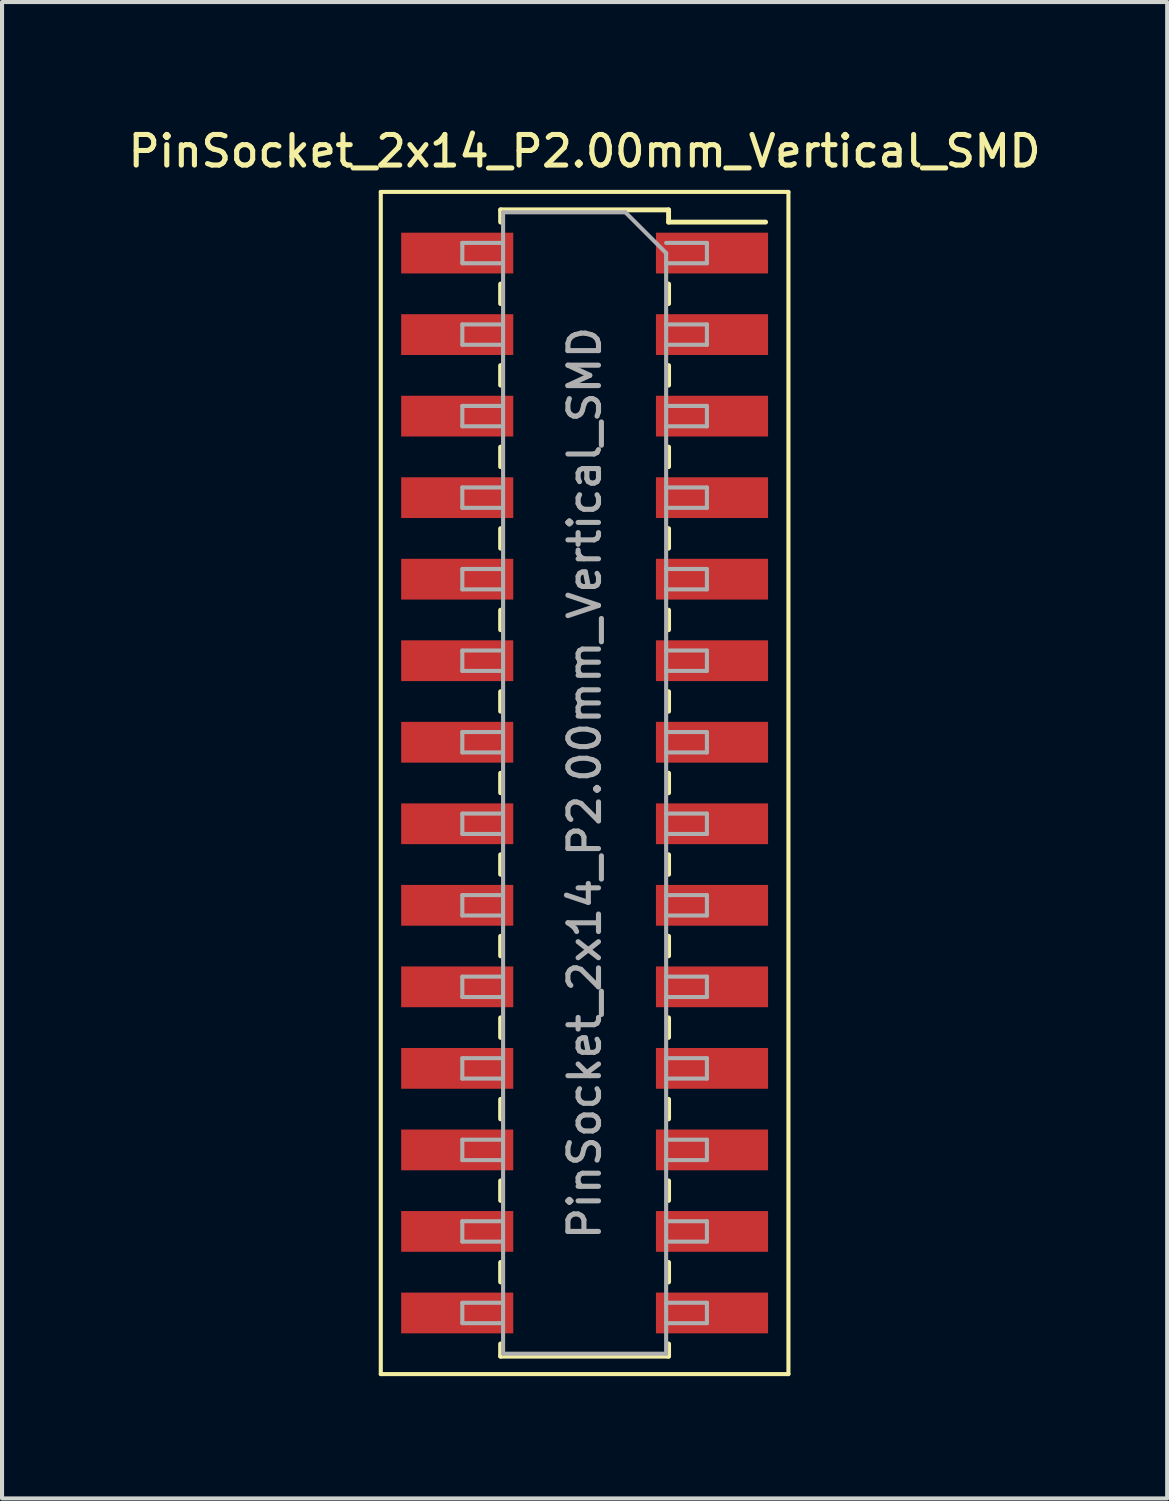
<source format=kicad_pcb>
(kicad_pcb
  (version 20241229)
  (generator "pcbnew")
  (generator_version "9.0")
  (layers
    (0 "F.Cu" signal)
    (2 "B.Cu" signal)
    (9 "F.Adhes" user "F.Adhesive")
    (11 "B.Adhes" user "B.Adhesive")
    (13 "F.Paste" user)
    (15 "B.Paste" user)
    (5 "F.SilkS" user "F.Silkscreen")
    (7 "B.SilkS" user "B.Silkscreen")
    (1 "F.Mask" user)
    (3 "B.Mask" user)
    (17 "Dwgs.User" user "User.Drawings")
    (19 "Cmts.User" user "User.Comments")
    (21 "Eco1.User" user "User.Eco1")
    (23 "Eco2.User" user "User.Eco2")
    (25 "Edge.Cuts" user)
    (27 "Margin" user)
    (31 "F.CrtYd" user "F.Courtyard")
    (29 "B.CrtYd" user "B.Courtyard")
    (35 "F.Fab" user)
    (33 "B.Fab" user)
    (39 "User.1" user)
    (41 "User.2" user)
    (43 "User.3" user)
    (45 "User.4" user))
  (footprint "PinSocket_2x14_P2.00mm_Vertical_SMD"
    (layer "F.Cu")
    (at 11.291 16.158)
    (property "Reference" "PinSocket_2x14_P2.00mm_Vertical_SMD" (at 0 -15.5 0) (layer "F.SilkS") (effects (font (size 0.75 0.75) (thickness 0.125))))
    (attr smd)
    (fp_line (start -5 -14.5) (end 5 -14.5) (stroke (width 0.1) (type solid)) (layer "F.SilkS"))
    (fp_line (start -5 14.5) (end -5 -14.5) (stroke (width 0.1) (type solid)) (layer "F.SilkS"))
    (fp_line (start -2.06 -14.06) (end -2.06 -13.76) (stroke (width 0.12) (type solid)) (layer "F.SilkS"))
    (fp_line (start -2.06 -14.06) (end 2.06 -14.06) (stroke (width 0.12) (type solid)) (layer "F.SilkS"))
    (fp_line (start -2.06 -12.24) (end -2.06 -11.76) (stroke (width 0.12) (type solid)) (layer "F.SilkS"))
    (fp_line (start -2.06 -10.24) (end -2.06 -9.76) (stroke (width 0.12) (type solid)) (layer "F.SilkS"))
    (fp_line (start -2.06 -8.24) (end -2.06 -7.76) (stroke (width 0.12) (type solid)) (layer "F.SilkS"))
    (fp_line (start -2.06 -6.24) (end -2.06 -5.76) (stroke (width 0.12) (type solid)) (layer "F.SilkS"))
    (fp_line (start -2.06 -4.24) (end -2.06 -3.76) (stroke (width 0.12) (type solid)) (layer "F.SilkS"))
    (fp_line (start -2.06 -2.24) (end -2.06 -1.76) (stroke (width 0.12) (type solid)) (layer "F.SilkS"))
    (fp_line (start -2.06 -0.24) (end -2.06 0.24) (stroke (width 0.12) (type solid)) (layer "F.SilkS"))
    (fp_line (start -2.06 1.76) (end -2.06 2.24) (stroke (width 0.12) (type solid)) (layer "F.SilkS"))
    (fp_line (start -2.06 3.76) (end -2.06 4.24) (stroke (width 0.12) (type solid)) (layer "F.SilkS"))
    (fp_line (start -2.06 5.76) (end -2.06 6.24) (stroke (width 0.12) (type solid)) (layer "F.SilkS"))
    (fp_line (start -2.06 7.76) (end -2.06 8.24) (stroke (width 0.12) (type solid)) (layer "F.SilkS"))
    (fp_line (start -2.06 9.76) (end -2.06 10.24) (stroke (width 0.12) (type solid)) (layer "F.SilkS"))
    (fp_line (start -2.06 11.76) (end -2.06 12.24) (stroke (width 0.12) (type solid)) (layer "F.SilkS"))
    (fp_line (start -2.06 13.76) (end -2.06 14.06) (stroke (width 0.12) (type solid)) (layer "F.SilkS"))
    (fp_line (start -2.06 14.06) (end 2.06 14.06) (stroke (width 0.12) (type solid)) (layer "F.SilkS"))
    (fp_line (start 2.06 -14.06) (end 2.06 -13.76) (stroke (width 0.12) (type solid)) (layer "F.SilkS"))
    (fp_line (start 2.06 -13.76) (end 4.44 -13.76) (stroke (width 0.12) (type solid)) (layer "F.SilkS"))
    (fp_line (start 2.06 -12.24) (end 2.06 -11.76) (stroke (width 0.12) (type solid)) (layer "F.SilkS"))
    (fp_line (start 2.06 -10.24) (end 2.06 -9.76) (stroke (width 0.12) (type solid)) (layer "F.SilkS"))
    (fp_line (start 2.06 -8.24) (end 2.06 -7.76) (stroke (width 0.12) (type solid)) (layer "F.SilkS"))
    (fp_line (start 2.06 -6.24) (end 2.06 -5.76) (stroke (width 0.12) (type solid)) (layer "F.SilkS"))
    (fp_line (start 2.06 -4.24) (end 2.06 -3.76) (stroke (width 0.12) (type solid)) (layer "F.SilkS"))
    (fp_line (start 2.06 -2.24) (end 2.06 -1.76) (stroke (width 0.12) (type solid)) (layer "F.SilkS"))
    (fp_line (start 2.06 -0.24) (end 2.06 0.24) (stroke (width 0.12) (type solid)) (layer "F.SilkS"))
    (fp_line (start 2.06 1.76) (end 2.06 2.24) (stroke (width 0.12) (type solid)) (layer "F.SilkS"))
    (fp_line (start 2.06 3.76) (end 2.06 4.24) (stroke (width 0.12) (type solid)) (layer "F.SilkS"))
    (fp_line (start 2.06 5.76) (end 2.06 6.24) (stroke (width 0.12) (type solid)) (layer "F.SilkS"))
    (fp_line (start 2.06 7.76) (end 2.06 8.24) (stroke (width 0.12) (type solid)) (layer "F.SilkS"))
    (fp_line (start 2.06 9.76) (end 2.06 10.24) (stroke (width 0.12) (type solid)) (layer "F.SilkS"))
    (fp_line (start 2.06 11.76) (end 2.06 12.24) (stroke (width 0.12) (type solid)) (layer "F.SilkS"))
    (fp_line (start 2.06 13.76) (end 2.06 14.06) (stroke (width 0.12) (type solid)) (layer "F.SilkS"))
    (fp_line (start 5 -14.5) (end 5 14.5) (stroke (width 0.1) (type solid)) (layer "F.SilkS"))
    (fp_line (start 5 14.5) (end -5 14.5) (stroke (width 0.1) (type solid)) (layer "F.SilkS"))
    (fp_line (start -3 -13.25) (end -2 -13.25) (stroke (width 0.1) (type solid)) (layer "F.Fab"))
    (fp_line (start -3 -12.75) (end -3 -13.25) (stroke (width 0.1) (type solid)) (layer "F.Fab"))
    (fp_line (start -3 -11.25) (end -2 -11.25) (stroke (width 0.1) (type solid)) (layer "F.Fab"))
    (fp_line (start -3 -10.75) (end -3 -11.25) (stroke (width 0.1) (type solid)) (layer "F.Fab"))
    (fp_line (start -3 -9.25) (end -2 -9.25) (stroke (width 0.1) (type solid)) (layer "F.Fab"))
    (fp_line (start -3 -8.75) (end -3 -9.25) (stroke (width 0.1) (type solid)) (layer "F.Fab"))
    (fp_line (start -3 -7.25) (end -2 -7.25) (stroke (width 0.1) (type solid)) (layer "F.Fab"))
    (fp_line (start -3 -6.75) (end -3 -7.25) (stroke (width 0.1) (type solid)) (layer "F.Fab"))
    (fp_line (start -3 -5.25) (end -2 -5.25) (stroke (width 0.1) (type solid)) (layer "F.Fab"))
    (fp_line (start -3 -4.75) (end -3 -5.25) (stroke (width 0.1) (type solid)) (layer "F.Fab"))
    (fp_line (start -3 -3.25) (end -2 -3.25) (stroke (width 0.1) (type solid)) (layer "F.Fab"))
    (fp_line (start -3 -2.75) (end -3 -3.25) (stroke (width 0.1) (type solid)) (layer "F.Fab"))
    (fp_line (start -3 -1.25) (end -2 -1.25) (stroke (width 0.1) (type solid)) (layer "F.Fab"))
    (fp_line (start -3 -0.75) (end -3 -1.25) (stroke (width 0.1) (type solid)) (layer "F.Fab"))
    (fp_line (start -3 0.75) (end -2 0.75) (stroke (width 0.1) (type solid)) (layer "F.Fab"))
    (fp_line (start -3 1.25) (end -3 0.75) (stroke (width 0.1) (type solid)) (layer "F.Fab"))
    (fp_line (start -3 2.75) (end -2 2.75) (stroke (width 0.1) (type solid)) (layer "F.Fab"))
    (fp_line (start -3 3.25) (end -3 2.75) (stroke (width 0.1) (type solid)) (layer "F.Fab"))
    (fp_line (start -3 4.75) (end -2 4.75) (stroke (width 0.1) (type solid)) (layer "F.Fab"))
    (fp_line (start -3 5.25) (end -3 4.75) (stroke (width 0.1) (type solid)) (layer "F.Fab"))
    (fp_line (start -3 6.75) (end -2 6.75) (stroke (width 0.1) (type solid)) (layer "F.Fab"))
    (fp_line (start -3 7.25) (end -3 6.75) (stroke (width 0.1) (type solid)) (layer "F.Fab"))
    (fp_line (start -3 8.75) (end -2 8.75) (stroke (width 0.1) (type solid)) (layer "F.Fab"))
    (fp_line (start -3 9.25) (end -3 8.75) (stroke (width 0.1) (type solid)) (layer "F.Fab"))
    (fp_line (start -3 10.75) (end -2 10.75) (stroke (width 0.1) (type solid)) (layer "F.Fab"))
    (fp_line (start -3 11.25) (end -3 10.75) (stroke (width 0.1) (type solid)) (layer "F.Fab"))
    (fp_line (start -3 12.75) (end -2 12.75) (stroke (width 0.1) (type solid)) (layer "F.Fab"))
    (fp_line (start -3 13.25) (end -3 12.75) (stroke (width 0.1) (type solid)) (layer "F.Fab"))
    (fp_line (start -2 -14) (end 1 -14) (stroke (width 0.1) (type solid)) (layer "F.Fab"))
    (fp_line (start -2 -12.75) (end -3 -12.75) (stroke (width 0.1) (type solid)) (layer "F.Fab"))
    (fp_line (start -2 -10.75) (end -3 -10.75) (stroke (width 0.1) (type solid)) (layer "F.Fab"))
    (fp_line (start -2 -8.75) (end -3 -8.75) (stroke (width 0.1) (type solid)) (layer "F.Fab"))
    (fp_line (start -2 -6.75) (end -3 -6.75) (stroke (width 0.1) (type solid)) (layer "F.Fab"))
    (fp_line (start -2 -4.75) (end -3 -4.75) (stroke (width 0.1) (type solid)) (layer "F.Fab"))
    (fp_line (start -2 -2.75) (end -3 -2.75) (stroke (width 0.1) (type solid)) (layer "F.Fab"))
    (fp_line (start -2 -0.75) (end -3 -0.75) (stroke (width 0.1) (type solid)) (layer "F.Fab"))
    (fp_line (start -2 1.25) (end -3 1.25) (stroke (width 0.1) (type solid)) (layer "F.Fab"))
    (fp_line (start -2 3.25) (end -3 3.25) (stroke (width 0.1) (type solid)) (layer "F.Fab"))
    (fp_line (start -2 5.25) (end -3 5.25) (stroke (width 0.1) (type solid)) (layer "F.Fab"))
    (fp_line (start -2 7.25) (end -3 7.25) (stroke (width 0.1) (type solid)) (layer "F.Fab"))
    (fp_line (start -2 9.25) (end -3 9.25) (stroke (width 0.1) (type solid)) (layer "F.Fab"))
    (fp_line (start -2 11.25) (end -3 11.25) (stroke (width 0.1) (type solid)) (layer "F.Fab"))
    (fp_line (start -2 13.25) (end -3 13.25) (stroke (width 0.1) (type solid)) (layer "F.Fab"))
    (fp_line (start -2 14) (end -2 -14) (stroke (width 0.1) (type solid)) (layer "F.Fab"))
    (fp_line (start 1 -14) (end 2 -13) (stroke (width 0.1) (type solid)) (layer "F.Fab"))
    (fp_line (start 2 -13.25) (end 3 -13.25) (stroke (width 0.1) (type solid)) (layer "F.Fab"))
    (fp_line (start 2 -13) (end 2 14) (stroke (width 0.1) (type solid)) (layer "F.Fab"))
    (fp_line (start 2 -11.25) (end 3 -11.25) (stroke (width 0.1) (type solid)) (layer "F.Fab"))
    (fp_line (start 2 -9.25) (end 3 -9.25) (stroke (width 0.1) (type solid)) (layer "F.Fab"))
    (fp_line (start 2 -7.25) (end 3 -7.25) (stroke (width 0.1) (type solid)) (layer "F.Fab"))
    (fp_line (start 2 -5.25) (end 3 -5.25) (stroke (width 0.1) (type solid)) (layer "F.Fab"))
    (fp_line (start 2 -3.25) (end 3 -3.25) (stroke (width 0.1) (type solid)) (layer "F.Fab"))
    (fp_line (start 2 -1.25) (end 3 -1.25) (stroke (width 0.1) (type solid)) (layer "F.Fab"))
    (fp_line (start 2 0.75) (end 3 0.75) (stroke (width 0.1) (type solid)) (layer "F.Fab"))
    (fp_line (start 2 2.75) (end 3 2.75) (stroke (width 0.1) (type solid)) (layer "F.Fab"))
    (fp_line (start 2 4.75) (end 3 4.75) (stroke (width 0.1) (type solid)) (layer "F.Fab"))
    (fp_line (start 2 6.75) (end 3 6.75) (stroke (width 0.1) (type solid)) (layer "F.Fab"))
    (fp_line (start 2 8.75) (end 3 8.75) (stroke (width 0.1) (type solid)) (layer "F.Fab"))
    (fp_line (start 2 10.75) (end 3 10.75) (stroke (width 0.1) (type solid)) (layer "F.Fab"))
    (fp_line (start 2 12.75) (end 3 12.75) (stroke (width 0.1) (type solid)) (layer "F.Fab"))
    (fp_line (start 2 14) (end -2 14) (stroke (width 0.1) (type solid)) (layer "F.Fab"))
    (fp_line (start 3 -13.25) (end 3 -12.75) (stroke (width 0.1) (type solid)) (layer "F.Fab"))
    (fp_line (start 3 -12.75) (end 2 -12.75) (stroke (width 0.1) (type solid)) (layer "F.Fab"))
    (fp_line (start 3 -11.25) (end 3 -10.75) (stroke (width 0.1) (type solid)) (layer "F.Fab"))
    (fp_line (start 3 -10.75) (end 2 -10.75) (stroke (width 0.1) (type solid)) (layer "F.Fab"))
    (fp_line (start 3 -9.25) (end 3 -8.75) (stroke (width 0.1) (type solid)) (layer "F.Fab"))
    (fp_line (start 3 -8.75) (end 2 -8.75) (stroke (width 0.1) (type solid)) (layer "F.Fab"))
    (fp_line (start 3 -7.25) (end 3 -6.75) (stroke (width 0.1) (type solid)) (layer "F.Fab"))
    (fp_line (start 3 -6.75) (end 2 -6.75) (stroke (width 0.1) (type solid)) (layer "F.Fab"))
    (fp_line (start 3 -5.25) (end 3 -4.75) (stroke (width 0.1) (type solid)) (layer "F.Fab"))
    (fp_line (start 3 -4.75) (end 2 -4.75) (stroke (width 0.1) (type solid)) (layer "F.Fab"))
    (fp_line (start 3 -3.25) (end 3 -2.75) (stroke (width 0.1) (type solid)) (layer "F.Fab"))
    (fp_line (start 3 -2.75) (end 2 -2.75) (stroke (width 0.1) (type solid)) (layer "F.Fab"))
    (fp_line (start 3 -1.25) (end 3 -0.75) (stroke (width 0.1) (type solid)) (layer "F.Fab"))
    (fp_line (start 3 -0.75) (end 2 -0.75) (stroke (width 0.1) (type solid)) (layer "F.Fab"))
    (fp_line (start 3 0.75) (end 3 1.25) (stroke (width 0.1) (type solid)) (layer "F.Fab"))
    (fp_line (start 3 1.25) (end 2 1.25) (stroke (width 0.1) (type solid)) (layer "F.Fab"))
    (fp_line (start 3 2.75) (end 3 3.25) (stroke (width 0.1) (type solid)) (layer "F.Fab"))
    (fp_line (start 3 3.25) (end 2 3.25) (stroke (width 0.1) (type solid)) (layer "F.Fab"))
    (fp_line (start 3 4.75) (end 3 5.25) (stroke (width 0.1) (type solid)) (layer "F.Fab"))
    (fp_line (start 3 5.25) (end 2 5.25) (stroke (width 0.1) (type solid)) (layer "F.Fab"))
    (fp_line (start 3 6.75) (end 3 7.25) (stroke (width 0.1) (type solid)) (layer "F.Fab"))
    (fp_line (start 3 7.25) (end 2 7.25) (stroke (width 0.1) (type solid)) (layer "F.Fab"))
    (fp_line (start 3 8.75) (end 3 9.25) (stroke (width 0.1) (type solid)) (layer "F.Fab"))
    (fp_line (start 3 9.25) (end 2 9.25) (stroke (width 0.1) (type solid)) (layer "F.Fab"))
    (fp_line (start 3 10.75) (end 3 11.25) (stroke (width 0.1) (type solid)) (layer "F.Fab"))
    (fp_line (start 3 11.25) (end 2 11.25) (stroke (width 0.1) (type solid)) (layer "F.Fab"))
    (fp_line (start 3 12.75) (end 3 13.25) (stroke (width 0.1) (type solid)) (layer "F.Fab"))
    (fp_line (start 3 13.25) (end 2 13.25) (stroke (width 0.1) (type solid)) (layer "F.Fab"))
    (fp_text user "${REFERENCE}" (at 0 0 90) (layer "F.Fab") (effects (font (size 0.75 0.75) (thickness 0.125))))
    (pad "1" smd rect (at 3.125 -13) (size 2.75 1) (layers "F.Cu" "F.Mask" "F.Paste"))
    (pad "2" smd rect (at -3.125 -13) (size 2.75 1) (layers "F.Cu" "F.Mask" "F.Paste"))
    (pad "3" smd rect (at 3.125 -11) (size 2.75 1) (layers "F.Cu" "F.Mask" "F.Paste"))
    (pad "4" smd rect (at -3.125 -11) (size 2.75 1) (layers "F.Cu" "F.Mask" "F.Paste"))
    (pad "5" smd rect (at 3.125 -9) (size 2.75 1) (layers "F.Cu" "F.Mask" "F.Paste"))
    (pad "6" smd rect (at -3.125 -9) (size 2.75 1) (layers "F.Cu" "F.Mask" "F.Paste"))
    (pad "7" smd rect (at 3.125 -7) (size 2.75 1) (layers "F.Cu" "F.Mask" "F.Paste"))
    (pad "8" smd rect (at -3.125 -7) (size 2.75 1) (layers "F.Cu" "F.Mask" "F.Paste"))
    (pad "9" smd rect (at 3.125 -5) (size 2.75 1) (layers "F.Cu" "F.Mask" "F.Paste"))
    (pad "10" smd rect (at -3.125 -5) (size 2.75 1) (layers "F.Cu" "F.Mask" "F.Paste"))
    (pad "11" smd rect (at 3.125 -3) (size 2.75 1) (layers "F.Cu" "F.Mask" "F.Paste"))
    (pad "12" smd rect (at -3.125 -3) (size 2.75 1) (layers "F.Cu" "F.Mask" "F.Paste"))
    (pad "13" smd rect (at 3.125 -1) (size 2.75 1) (layers "F.Cu" "F.Mask" "F.Paste"))
    (pad "14" smd rect (at -3.125 -1) (size 2.75 1) (layers "F.Cu" "F.Mask" "F.Paste"))
    (pad "15" smd rect (at 3.125 1) (size 2.75 1) (layers "F.Cu" "F.Mask" "F.Paste"))
    (pad "16" smd rect (at -3.125 1) (size 2.75 1) (layers "F.Cu" "F.Mask" "F.Paste"))
    (pad "17" smd rect (at 3.125 3) (size 2.75 1) (layers "F.Cu" "F.Mask" "F.Paste"))
    (pad "18" smd rect (at -3.125 3) (size 2.75 1) (layers "F.Cu" "F.Mask" "F.Paste"))
    (pad "19" smd rect (at 3.125 5) (size 2.75 1) (layers "F.Cu" "F.Mask" "F.Paste"))
    (pad "20" smd rect (at -3.125 5) (size 2.75 1) (layers "F.Cu" "F.Mask" "F.Paste"))
    (pad "21" smd rect (at 3.125 7) (size 2.75 1) (layers "F.Cu" "F.Mask" "F.Paste"))
    (pad "22" smd rect (at -3.125 7) (size 2.75 1) (layers "F.Cu" "F.Mask" "F.Paste"))
    (pad "23" smd rect (at 3.125 9) (size 2.75 1) (layers "F.Cu" "F.Mask" "F.Paste"))
    (pad "24" smd rect (at -3.125 9) (size 2.75 1) (layers "F.Cu" "F.Mask" "F.Paste"))
    (pad "25" smd rect (at 3.125 11) (size 2.75 1) (layers "F.Cu" "F.Mask" "F.Paste"))
    (pad "26" smd rect (at -3.125 11) (size 2.75 1) (layers "F.Cu" "F.Mask" "F.Paste"))
    (pad "27" smd rect (at 3.125 13) (size 2.75 1) (layers "F.Cu" "F.Mask" "F.Paste"))
    (pad "28" smd rect (at -3.125 13) (size 2.75 1) (layers "F.Cu" "F.Mask" "F.Paste")))
  (gr_rect
    (start -3 -3)
    (end 25.582 33.708)
    (stroke (width 0.1) (type default))
    (fill no)
    (layer "Edge.Cuts")))
</source>
